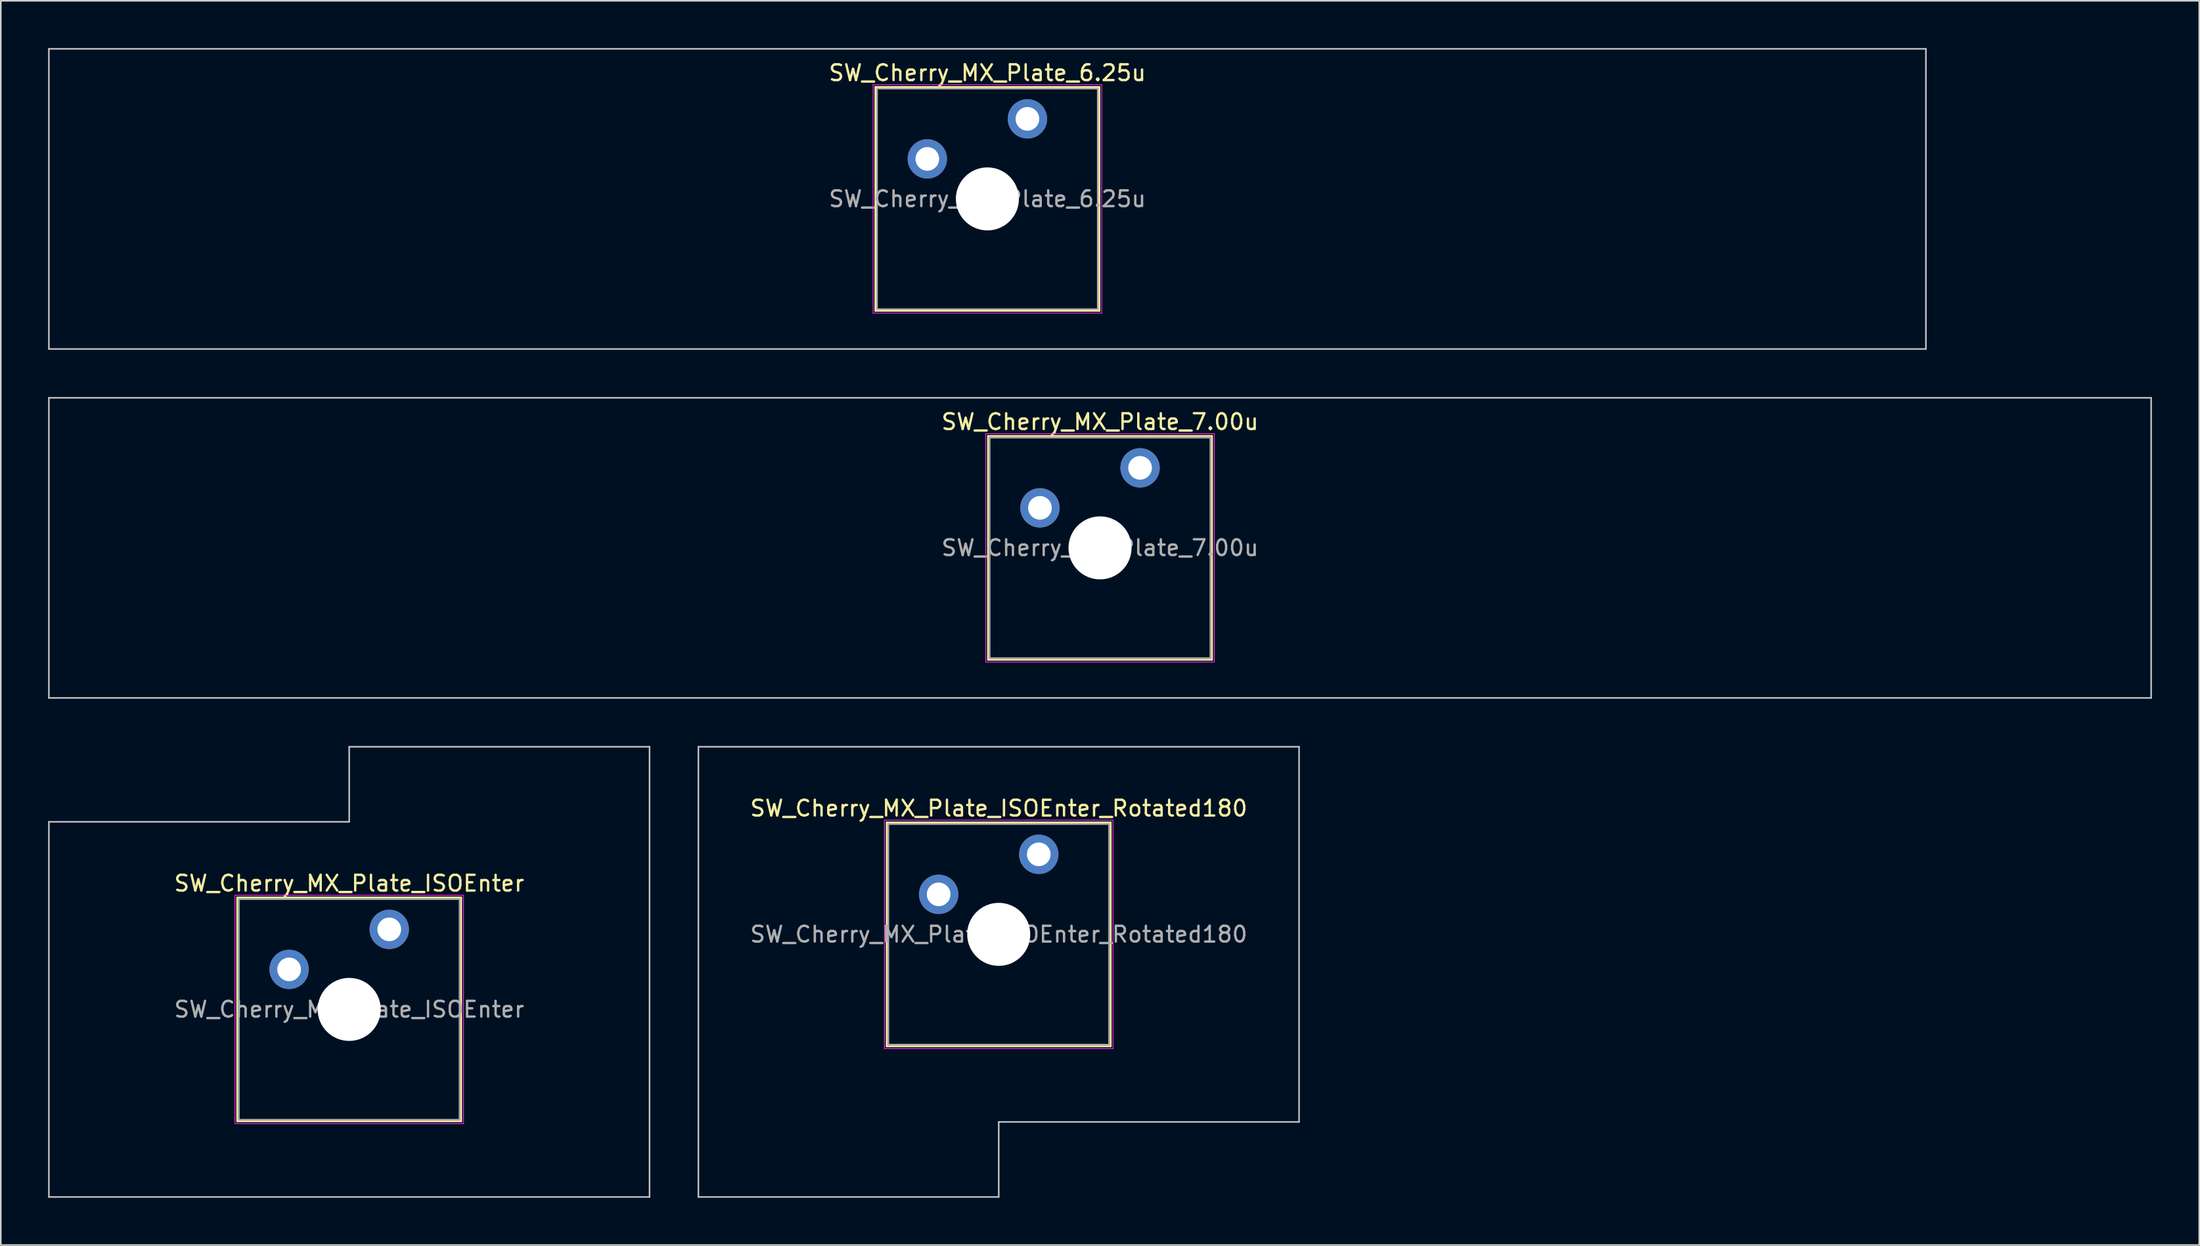
<source format=kicad_pcb>
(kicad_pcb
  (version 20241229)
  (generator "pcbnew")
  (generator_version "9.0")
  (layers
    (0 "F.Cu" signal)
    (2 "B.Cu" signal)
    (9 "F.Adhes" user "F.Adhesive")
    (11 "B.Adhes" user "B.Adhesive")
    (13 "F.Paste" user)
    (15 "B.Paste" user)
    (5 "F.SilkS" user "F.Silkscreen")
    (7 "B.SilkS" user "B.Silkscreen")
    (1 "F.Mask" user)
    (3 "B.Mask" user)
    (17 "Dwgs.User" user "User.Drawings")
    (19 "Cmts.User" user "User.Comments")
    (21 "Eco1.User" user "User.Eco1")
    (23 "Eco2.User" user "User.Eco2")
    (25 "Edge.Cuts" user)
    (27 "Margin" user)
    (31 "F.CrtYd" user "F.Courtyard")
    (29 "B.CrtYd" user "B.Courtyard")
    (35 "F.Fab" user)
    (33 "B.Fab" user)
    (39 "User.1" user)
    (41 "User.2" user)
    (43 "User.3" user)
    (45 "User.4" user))
  (footprint "SW_Cherry_MX_Plate_ISOEnter"
    (layer "F.Cu")
    (at 19.1 61.019)
    (property "Reference" "SW_Cherry_MX_Plate_ISOEnter" (at 0 -8 0) (layer "F.SilkS") (effects (font (size 1 1) (thickness 0.15))))
    (attr through_hole)
    (fp_line (start -7.1 -7.1) (end -7.1 7.1) (stroke (width 0.12) (type solid)) (layer "F.SilkS"))
    (fp_line (start -7.1 7.1) (end 7.1 7.1) (stroke (width 0.12) (type solid)) (layer "F.SilkS"))
    (fp_line (start 7.1 -7.1) (end -7.1 -7.1) (stroke (width 0.12) (type solid)) (layer "F.SilkS"))
    (fp_line (start 7.1 7.1) (end 7.1 -7.1) (stroke (width 0.12) (type solid)) (layer "F.SilkS"))
    (fp_line (start -19.05 -11.906) (end -19.05 11.906) (stroke (width 0.1) (type solid)) (layer "Dwgs.User"))
    (fp_line (start -19.05 11.906) (end 19.05 11.906) (stroke (width 0.1) (type solid)) (layer "Dwgs.User"))
    (fp_line (start 0 -16.669) (end 0 -11.906) (stroke (width 0.1) (type solid)) (layer "Dwgs.User"))
    (fp_line (start 0 -11.906) (end -19.05 -11.906) (stroke (width 0.1) (type solid)) (layer "Dwgs.User"))
    (fp_line (start 19.05 -16.669) (end 0 -16.669) (stroke (width 0.1) (type solid)) (layer "Dwgs.User"))
    (fp_line (start 19.05 11.906) (end 19.05 -16.669) (stroke (width 0.1) (type solid)) (layer "Dwgs.User"))
    (fp_line (start -7.25 -7.25) (end -7.25 7.25) (stroke (width 0.05) (type solid)) (layer "F.CrtYd"))
    (fp_line (start -7.25 7.25) (end 7.25 7.25) (stroke (width 0.05) (type solid)) (layer "F.CrtYd"))
    (fp_line (start 7.25 -7.25) (end -7.25 -7.25) (stroke (width 0.05) (type solid)) (layer "F.CrtYd"))
    (fp_line (start 7.25 7.25) (end 7.25 -7.25) (stroke (width 0.05) (type solid)) (layer "F.CrtYd"))
    (fp_line (start -7 -7) (end -7 7) (stroke (width 0.1) (type solid)) (layer "F.Fab"))
    (fp_line (start -7 7) (end 7 7) (stroke (width 0.1) (type solid)) (layer "F.Fab"))
    (fp_line (start 7 -7) (end -7 -7) (stroke (width 0.1) (type solid)) (layer "F.Fab"))
    (fp_line (start 7 7) (end 7 -7) (stroke (width 0.1) (type solid)) (layer "F.Fab"))
    (fp_text user "${REFERENCE}" (at 0 0 0) (layer "F.Fab") (effects (font (size 1 1) (thickness 0.15))))
    (pad "" np_thru_hole circle (at 0 0) (size 4 4) (drill 4) (layers "*.Cu" "*.Mask"))
    (pad "1" thru_hole circle (at -3.81 -2.54) (size 2.5 2.5) (drill 1.5) (layers "*.Cu" "B.Mask"))
    (pad "2" thru_hole circle (at 2.54 -5.08) (size 2.5 2.5) (drill 1.5) (layers "*.Cu" "B.Mask")))
  (footprint "SW_Cherry_MX_Plate_ISOEnter_Rotated180"
    (layer "F.Cu")
    (at 60.3 56.256)
    (property "Reference" "SW_Cherry_MX_Plate_ISOEnter_Rotated180" (at 0 -8 0) (layer "F.SilkS") (effects (font (size 1 1) (thickness 0.15))))
    (attr through_hole)
    (fp_line (start -7.1 -7.1) (end -7.1 7.1) (stroke (width 0.12) (type solid)) (layer "F.SilkS"))
    (fp_line (start -7.1 7.1) (end 7.1 7.1) (stroke (width 0.12) (type solid)) (layer "F.SilkS"))
    (fp_line (start 7.1 -7.1) (end -7.1 -7.1) (stroke (width 0.12) (type solid)) (layer "F.SilkS"))
    (fp_line (start 7.1 7.1) (end 7.1 -7.1) (stroke (width 0.12) (type solid)) (layer "F.SilkS"))
    (fp_line (start -19.05 -11.906) (end -19.05 16.669) (stroke (width 0.1) (type solid)) (layer "Dwgs.User"))
    (fp_line (start -19.05 16.669) (end 0 16.669) (stroke (width 0.1) (type solid)) (layer "Dwgs.User"))
    (fp_line (start 0 11.906) (end 19.05 11.906) (stroke (width 0.1) (type solid)) (layer "Dwgs.User"))
    (fp_line (start 0 16.669) (end 0 11.906) (stroke (width 0.1) (type solid)) (layer "Dwgs.User"))
    (fp_line (start 19.05 -11.906) (end -19.05 -11.906) (stroke (width 0.1) (type solid)) (layer "Dwgs.User"))
    (fp_line (start 19.05 11.906) (end 19.05 -11.906) (stroke (width 0.1) (type solid)) (layer "Dwgs.User"))
    (fp_line (start -7.25 -7.25) (end -7.25 7.25) (stroke (width 0.05) (type solid)) (layer "F.CrtYd"))
    (fp_line (start -7.25 7.25) (end 7.25 7.25) (stroke (width 0.05) (type solid)) (layer "F.CrtYd"))
    (fp_line (start 7.25 -7.25) (end -7.25 -7.25) (stroke (width 0.05) (type solid)) (layer "F.CrtYd"))
    (fp_line (start 7.25 7.25) (end 7.25 -7.25) (stroke (width 0.05) (type solid)) (layer "F.CrtYd"))
    (fp_line (start -7 -7) (end -7 7) (stroke (width 0.1) (type solid)) (layer "F.Fab"))
    (fp_line (start -7 7) (end 7 7) (stroke (width 0.1) (type solid)) (layer "F.Fab"))
    (fp_line (start 7 -7) (end -7 -7) (stroke (width 0.1) (type solid)) (layer "F.Fab"))
    (fp_line (start 7 7) (end 7 -7) (stroke (width 0.1) (type solid)) (layer "F.Fab"))
    (fp_text user "${REFERENCE}" (at 0 0 0) (layer "F.Fab") (effects (font (size 1 1) (thickness 0.15))))
    (pad "" np_thru_hole circle (at 0 0) (size 4 4) (drill 4) (layers "*.Cu" "*.Mask"))
    (pad "1" thru_hole circle (at -3.81 -2.54) (size 2.5 2.5) (drill 1.5) (layers "*.Cu" "B.Mask"))
    (pad "2" thru_hole circle (at 2.54 -5.08) (size 2.5 2.5) (drill 1.5) (layers "*.Cu" "B.Mask")))
  (footprint "SW_Cherry_MX_Plate_7.00u"
    (layer "F.Cu")
    (at 66.725 31.725)
    (property "Reference" "SW_Cherry_MX_Plate_7.00u" (at 0 -8 0) (layer "F.SilkS") (effects (font (size 1 1) (thickness 0.15))))
    (attr through_hole)
    (fp_line (start -7.1 -7.1) (end -7.1 7.1) (stroke (width 0.12) (type solid)) (layer "F.SilkS"))
    (fp_line (start -7.1 7.1) (end 7.1 7.1) (stroke (width 0.12) (type solid)) (layer "F.SilkS"))
    (fp_line (start 7.1 -7.1) (end -7.1 -7.1) (stroke (width 0.12) (type solid)) (layer "F.SilkS"))
    (fp_line (start 7.1 7.1) (end 7.1 -7.1) (stroke (width 0.12) (type solid)) (layer "F.SilkS"))
    (fp_line (start -66.675 -9.525) (end -66.675 9.525) (stroke (width 0.1) (type solid)) (layer "Dwgs.User"))
    (fp_line (start -66.675 9.525) (end 66.675 9.525) (stroke (width 0.1) (type solid)) (layer "Dwgs.User"))
    (fp_line (start 66.675 -9.525) (end -66.675 -9.525) (stroke (width 0.1) (type solid)) (layer "Dwgs.User"))
    (fp_line (start 66.675 9.525) (end 66.675 -9.525) (stroke (width 0.1) (type solid)) (layer "Dwgs.User"))
    (fp_line (start -7.25 -7.25) (end -7.25 7.25) (stroke (width 0.05) (type solid)) (layer "F.CrtYd"))
    (fp_line (start -7.25 7.25) (end 7.25 7.25) (stroke (width 0.05) (type solid)) (layer "F.CrtYd"))
    (fp_line (start 7.25 -7.25) (end -7.25 -7.25) (stroke (width 0.05) (type solid)) (layer "F.CrtYd"))
    (fp_line (start 7.25 7.25) (end 7.25 -7.25) (stroke (width 0.05) (type solid)) (layer "F.CrtYd"))
    (fp_line (start -7 -7) (end -7 7) (stroke (width 0.1) (type solid)) (layer "F.Fab"))
    (fp_line (start -7 7) (end 7 7) (stroke (width 0.1) (type solid)) (layer "F.Fab"))
    (fp_line (start 7 -7) (end -7 -7) (stroke (width 0.1) (type solid)) (layer "F.Fab"))
    (fp_line (start 7 7) (end 7 -7) (stroke (width 0.1) (type solid)) (layer "F.Fab"))
    (fp_text user "${REFERENCE}" (at 0 0 0) (layer "F.Fab") (effects (font (size 1 1) (thickness 0.15))))
    (pad "" np_thru_hole circle (at 0 0) (size 4 4) (drill 4) (layers "*.Cu" "*.Mask"))
    (pad "1" thru_hole circle (at -3.81 -2.54) (size 2.5 2.5) (drill 1.5) (layers "*.Cu" "B.Mask"))
    (pad "2" thru_hole circle (at 2.54 -5.08) (size 2.5 2.5) (drill 1.5) (layers "*.Cu" "B.Mask")))
  (footprint "SW_Cherry_MX_Plate_6.25u"
    (layer "F.Cu")
    (at 59.581 9.575)
    (property "Reference" "SW_Cherry_MX_Plate_6.25u" (at 0 -8 0) (layer "F.SilkS") (effects (font (size 1 1) (thickness 0.15))))
    (attr through_hole)
    (fp_line (start -7.1 -7.1) (end -7.1 7.1) (stroke (width 0.12) (type solid)) (layer "F.SilkS"))
    (fp_line (start -7.1 7.1) (end 7.1 7.1) (stroke (width 0.12) (type solid)) (layer "F.SilkS"))
    (fp_line (start 7.1 -7.1) (end -7.1 -7.1) (stroke (width 0.12) (type solid)) (layer "F.SilkS"))
    (fp_line (start 7.1 7.1) (end 7.1 -7.1) (stroke (width 0.12) (type solid)) (layer "F.SilkS"))
    (fp_line (start -59.531 -9.525) (end -59.531 9.525) (stroke (width 0.1) (type solid)) (layer "Dwgs.User"))
    (fp_line (start -59.531 9.525) (end 59.531 9.525) (stroke (width 0.1) (type solid)) (layer "Dwgs.User"))
    (fp_line (start 59.531 -9.525) (end -59.531 -9.525) (stroke (width 0.1) (type solid)) (layer "Dwgs.User"))
    (fp_line (start 59.531 9.525) (end 59.531 -9.525) (stroke (width 0.1) (type solid)) (layer "Dwgs.User"))
    (fp_line (start -7.25 -7.25) (end -7.25 7.25) (stroke (width 0.05) (type solid)) (layer "F.CrtYd"))
    (fp_line (start -7.25 7.25) (end 7.25 7.25) (stroke (width 0.05) (type solid)) (layer "F.CrtYd"))
    (fp_line (start 7.25 -7.25) (end -7.25 -7.25) (stroke (width 0.05) (type solid)) (layer "F.CrtYd"))
    (fp_line (start 7.25 7.25) (end 7.25 -7.25) (stroke (width 0.05) (type solid)) (layer "F.CrtYd"))
    (fp_line (start -7 -7) (end -7 7) (stroke (width 0.1) (type solid)) (layer "F.Fab"))
    (fp_line (start -7 7) (end 7 7) (stroke (width 0.1) (type solid)) (layer "F.Fab"))
    (fp_line (start 7 -7) (end -7 -7) (stroke (width 0.1) (type solid)) (layer "F.Fab"))
    (fp_line (start 7 7) (end 7 -7) (stroke (width 0.1) (type solid)) (layer "F.Fab"))
    (fp_text user "${REFERENCE}" (at 0 0 0) (layer "F.Fab") (effects (font (size 1 1) (thickness 0.15))))
    (pad "" np_thru_hole circle (at 0 0) (size 4 4) (drill 4) (layers "*.Cu" "*.Mask"))
    (pad "1" thru_hole circle (at -3.81 -2.54) (size 2.5 2.5) (drill 1.5) (layers "*.Cu" "B.Mask"))
    (pad "2" thru_hole circle (at 2.54 -5.08) (size 2.5 2.5) (drill 1.5) (layers "*.Cu" "B.Mask")))
  (gr_rect
    (start -3 -3)
    (end 136.45 75.975)
    (stroke (width 0.1) (type default))
    (fill no)
    (layer "Edge.Cuts")))
</source>
